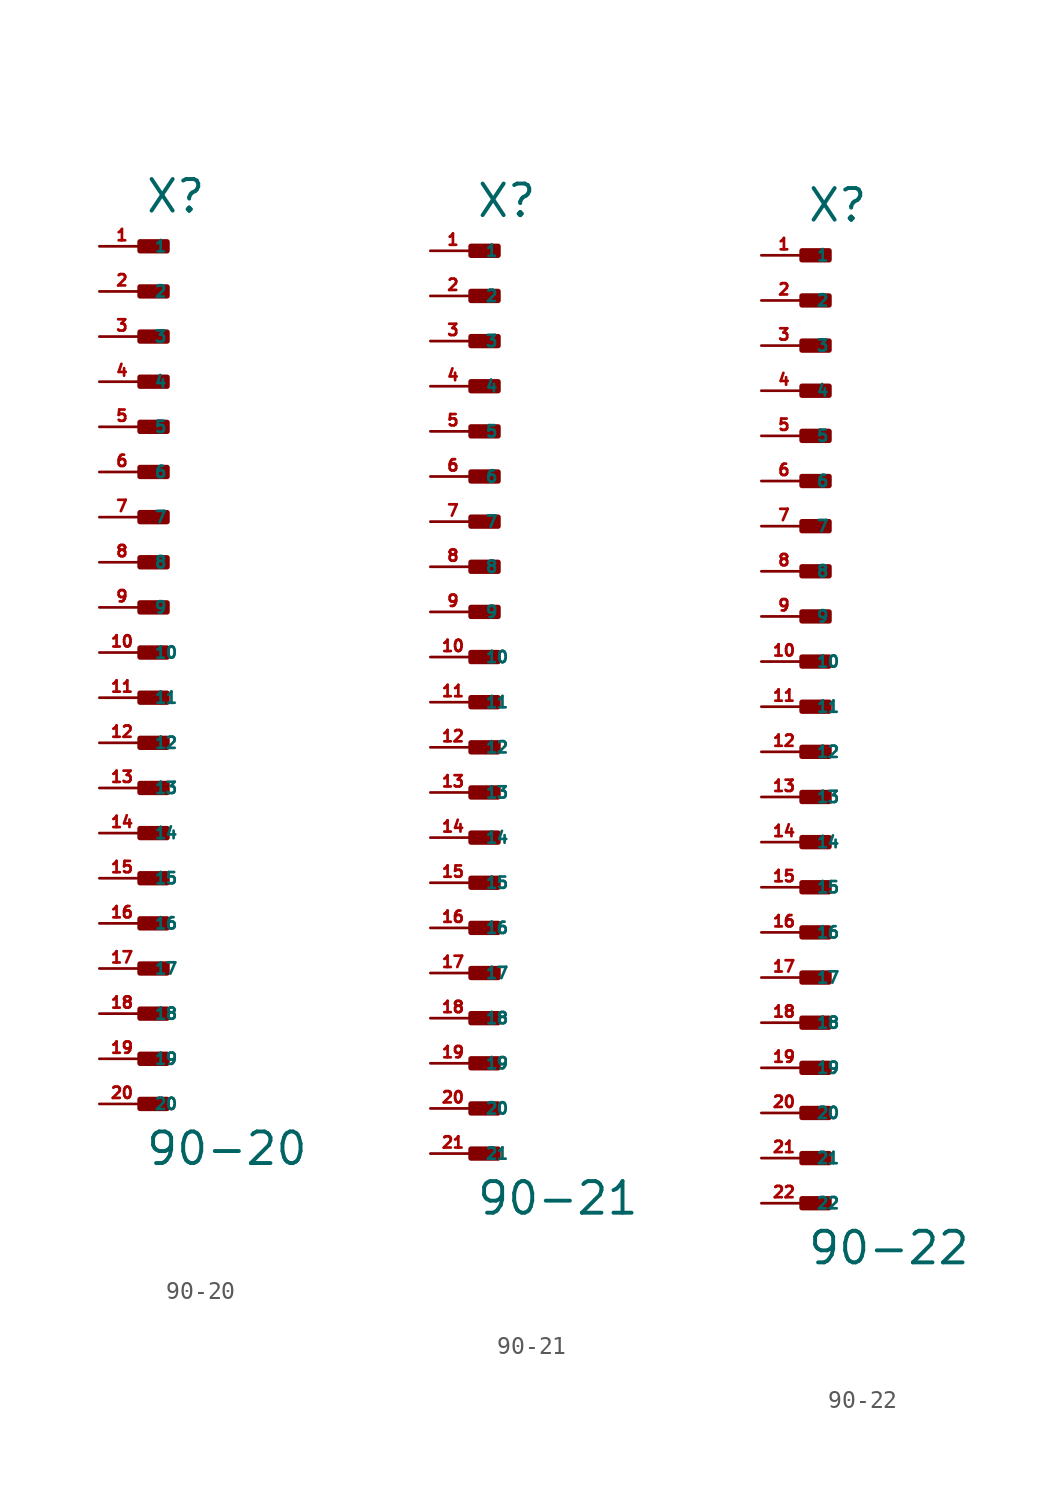
<source format=kicad_sym>
(kicad_symbol_lib
  (version 20220914)
  (generator Eagle2Kicad)
  (symbol "90-20"
    (property "Reference" "X"
      (at 0 24.638 0)
      (effects (font (size 1.778 1.778) (thickness 0.22)) (justify left bottom)))
    (property "Value" "90-20"
      (at 0 -28.956 0)
      (effects (font (size 1.778 1.778) (thickness 0.22)) (justify left bottom)))
    (rectangle
      (start -0.254 22.606)
      (end 1.27 23.114)
      (stroke (width 0.3) (type default))
      (fill (type outline)))
    (rectangle
      (start -0.254 20.066)
      (end 1.27 20.574)
      (stroke (width 0.3) (type default))
      (fill (type outline)))
    (rectangle
      (start -0.254 17.526)
      (end 1.27 18.034)
      (stroke (width 0.3) (type default))
      (fill (type outline)))
    (rectangle
      (start -0.254 14.986)
      (end 1.27 15.494)
      (stroke (width 0.3) (type default))
      (fill (type outline)))
    (rectangle
      (start -0.254 12.446)
      (end 1.27 12.954)
      (stroke (width 0.3) (type default))
      (fill (type outline)))
    (rectangle
      (start -0.254 9.906)
      (end 1.27 10.414)
      (stroke (width 0.3) (type default))
      (fill (type outline)))
    (rectangle
      (start -0.254 7.366)
      (end 1.27 7.874)
      (stroke (width 0.3) (type default))
      (fill (type outline)))
    (rectangle
      (start -0.254 4.826)
      (end 1.27 5.334)
      (stroke (width 0.3) (type default))
      (fill (type outline)))
    (rectangle
      (start -0.254 2.286)
      (end 1.27 2.794)
      (stroke (width 0.3) (type default))
      (fill (type outline)))
    (rectangle
      (start -0.254 -0.254)
      (end 1.27 0.254)
      (stroke (width 0.3) (type default))
      (fill (type outline)))
    (rectangle
      (start -0.254 -2.794)
      (end 1.27 -2.286)
      (stroke (width 0.3) (type default))
      (fill (type outline)))
    (rectangle
      (start -0.254 -5.334)
      (end 1.27 -4.826)
      (stroke (width 0.3) (type default))
      (fill (type outline)))
    (rectangle
      (start -0.254 -7.874)
      (end 1.27 -7.366)
      (stroke (width 0.3) (type default))
      (fill (type outline)))
    (rectangle
      (start -0.254 -10.414)
      (end 1.27 -9.906)
      (stroke (width 0.3) (type default))
      (fill (type outline)))
    (rectangle
      (start -0.254 -12.954)
      (end 1.27 -12.446)
      (stroke (width 0.3) (type default))
      (fill (type outline)))
    (rectangle
      (start -0.254 -15.494)
      (end 1.27 -14.986)
      (stroke (width 0.3) (type default))
      (fill (type outline)))
    (rectangle
      (start -0.254 -18.034)
      (end 1.27 -17.526)
      (stroke (width 0.3) (type default))
      (fill (type outline)))
    (rectangle
      (start -0.254 -20.574)
      (end 1.27 -20.066)
      (stroke (width 0.3) (type default))
      (fill (type outline)))
    (rectangle
      (start -0.254 -23.114)
      (end 1.27 -22.606)
      (stroke (width 0.3) (type default))
      (fill (type outline)))
    (rectangle
      (start -0.254 -25.654)
      (end 1.27 -25.146)
      (stroke (width 0.3) (type default))
      (fill (type outline)))
    (pin passive line
      (at -2.54 22.86 0)
      (length 2.54)
      (name "1" (effects (font (size 0.635 0.635) (thickness 0.08)) (justify left bottom)))
      (number "1" (effects (font (size 0.635 0.635) (thickness 0.08)) (justify left bottom))))
    (pin passive line
      (at -2.54 20.32 0)
      (length 2.54)
      (name "2" (effects (font (size 0.635 0.635) (thickness 0.08)) (justify left bottom)))
      (number "2" (effects (font (size 0.635 0.635) (thickness 0.08)) (justify left bottom))))
    (pin passive line
      (at -2.54 17.78 0)
      (length 2.54)
      (name "3" (effects (font (size 0.635 0.635) (thickness 0.08)) (justify left bottom)))
      (number "3" (effects (font (size 0.635 0.635) (thickness 0.08)) (justify left bottom))))
    (pin passive line
      (at -2.54 15.24 0)
      (length 2.54)
      (name "4" (effects (font (size 0.635 0.635) (thickness 0.08)) (justify left bottom)))
      (number "4" (effects (font (size 0.635 0.635) (thickness 0.08)) (justify left bottom))))
    (pin passive line
      (at -2.54 12.7 0)
      (length 2.54)
      (name "5" (effects (font (size 0.635 0.635) (thickness 0.08)) (justify left bottom)))
      (number "5" (effects (font (size 0.635 0.635) (thickness 0.08)) (justify left bottom))))
    (pin passive line
      (at -2.54 10.16 0)
      (length 2.54)
      (name "6" (effects (font (size 0.635 0.635) (thickness 0.08)) (justify left bottom)))
      (number "6" (effects (font (size 0.635 0.635) (thickness 0.08)) (justify left bottom))))
    (pin passive line
      (at -2.54 7.62 0)
      (length 2.54)
      (name "7" (effects (font (size 0.635 0.635) (thickness 0.08)) (justify left bottom)))
      (number "7" (effects (font (size 0.635 0.635) (thickness 0.08)) (justify left bottom))))
    (pin passive line
      (at -2.54 5.08 0)
      (length 2.54)
      (name "8" (effects (font (size 0.635 0.635) (thickness 0.08)) (justify left bottom)))
      (number "8" (effects (font (size 0.635 0.635) (thickness 0.08)) (justify left bottom))))
    (pin passive line
      (at -2.54 2.54 0)
      (length 2.54)
      (name "9" (effects (font (size 0.635 0.635) (thickness 0.08)) (justify left bottom)))
      (number "9" (effects (font (size 0.635 0.635) (thickness 0.08)) (justify left bottom))))
    (pin passive line
      (at -2.54 0 0)
      (length 2.54)
      (name "10" (effects (font (size 0.635 0.635) (thickness 0.08)) (justify left bottom)))
      (number "10" (effects (font (size 0.635 0.635) (thickness 0.08)) (justify left bottom))))
    (pin passive line
      (at -2.54 -2.54 0)
      (length 2.54)
      (name "11" (effects (font (size 0.635 0.635) (thickness 0.08)) (justify left bottom)))
      (number "11" (effects (font (size 0.635 0.635) (thickness 0.08)) (justify left bottom))))
    (pin passive line
      (at -2.54 -5.08 0)
      (length 2.54)
      (name "12" (effects (font (size 0.635 0.635) (thickness 0.08)) (justify left bottom)))
      (number "12" (effects (font (size 0.635 0.635) (thickness 0.08)) (justify left bottom))))
    (pin passive line
      (at -2.54 -7.62 0)
      (length 2.54)
      (name "13" (effects (font (size 0.635 0.635) (thickness 0.08)) (justify left bottom)))
      (number "13" (effects (font (size 0.635 0.635) (thickness 0.08)) (justify left bottom))))
    (pin passive line
      (at -2.54 -10.16 0)
      (length 2.54)
      (name "14" (effects (font (size 0.635 0.635) (thickness 0.08)) (justify left bottom)))
      (number "14" (effects (font (size 0.635 0.635) (thickness 0.08)) (justify left bottom))))
    (pin passive line
      (at -2.54 -12.7 0)
      (length 2.54)
      (name "15" (effects (font (size 0.635 0.635) (thickness 0.08)) (justify left bottom)))
      (number "15" (effects (font (size 0.635 0.635) (thickness 0.08)) (justify left bottom))))
    (pin passive line
      (at -2.54 -15.24 0)
      (length 2.54)
      (name "16" (effects (font (size 0.635 0.635) (thickness 0.08)) (justify left bottom)))
      (number "16" (effects (font (size 0.635 0.635) (thickness 0.08)) (justify left bottom))))
    (pin passive line
      (at -2.54 -17.78 0)
      (length 2.54)
      (name "17" (effects (font (size 0.635 0.635) (thickness 0.08)) (justify left bottom)))
      (number "17" (effects (font (size 0.635 0.635) (thickness 0.08)) (justify left bottom))))
    (pin passive line
      (at -2.54 -20.32 0)
      (length 2.54)
      (name "18" (effects (font (size 0.635 0.635) (thickness 0.08)) (justify left bottom)))
      (number "18" (effects (font (size 0.635 0.635) (thickness 0.08)) (justify left bottom))))
    (pin passive line
      (at -2.54 -22.86 0)
      (length 2.54)
      (name "19" (effects (font (size 0.635 0.635) (thickness 0.08)) (justify left bottom)))
      (number "19" (effects (font (size 0.635 0.635) (thickness 0.08)) (justify left bottom))))
    (pin passive line
      (at -2.54 -25.4 0)
      (length 2.54)
      (name "20" (effects (font (size 0.635 0.635) (thickness 0.08)) (justify left bottom)))
      (number "20" (effects (font (size 0.635 0.635) (thickness 0.08)) (justify left bottom)))))
  (symbol "90-21"
    (property "Reference" "X"
      (at 0 27.178 0)
      (effects (font (size 1.778 1.778) (thickness 0.22)) (justify left bottom)))
    (property "Value" "90-21"
      (at 0 -28.956 0)
      (effects (font (size 1.778 1.778) (thickness 0.22)) (justify left bottom)))
    (rectangle
      (start -0.254 25.146)
      (end 1.27 25.654)
      (stroke (width 0.3) (type default))
      (fill (type outline)))
    (rectangle
      (start -0.254 22.606)
      (end 1.27 23.114)
      (stroke (width 0.3) (type default))
      (fill (type outline)))
    (rectangle
      (start -0.254 20.066)
      (end 1.27 20.574)
      (stroke (width 0.3) (type default))
      (fill (type outline)))
    (rectangle
      (start -0.254 17.526)
      (end 1.27 18.034)
      (stroke (width 0.3) (type default))
      (fill (type outline)))
    (rectangle
      (start -0.254 14.986)
      (end 1.27 15.494)
      (stroke (width 0.3) (type default))
      (fill (type outline)))
    (rectangle
      (start -0.254 12.446)
      (end 1.27 12.954)
      (stroke (width 0.3) (type default))
      (fill (type outline)))
    (rectangle
      (start -0.254 9.906)
      (end 1.27 10.414)
      (stroke (width 0.3) (type default))
      (fill (type outline)))
    (rectangle
      (start -0.254 7.366)
      (end 1.27 7.874)
      (stroke (width 0.3) (type default))
      (fill (type outline)))
    (rectangle
      (start -0.254 4.826)
      (end 1.27 5.334)
      (stroke (width 0.3) (type default))
      (fill (type outline)))
    (rectangle
      (start -0.254 2.286)
      (end 1.27 2.794)
      (stroke (width 0.3) (type default))
      (fill (type outline)))
    (rectangle
      (start -0.254 -0.254)
      (end 1.27 0.254)
      (stroke (width 0.3) (type default))
      (fill (type outline)))
    (rectangle
      (start -0.254 -2.794)
      (end 1.27 -2.286)
      (stroke (width 0.3) (type default))
      (fill (type outline)))
    (rectangle
      (start -0.254 -5.334)
      (end 1.27 -4.826)
      (stroke (width 0.3) (type default))
      (fill (type outline)))
    (rectangle
      (start -0.254 -7.874)
      (end 1.27 -7.366)
      (stroke (width 0.3) (type default))
      (fill (type outline)))
    (rectangle
      (start -0.254 -10.414)
      (end 1.27 -9.906)
      (stroke (width 0.3) (type default))
      (fill (type outline)))
    (rectangle
      (start -0.254 -12.954)
      (end 1.27 -12.446)
      (stroke (width 0.3) (type default))
      (fill (type outline)))
    (rectangle
      (start -0.254 -15.494)
      (end 1.27 -14.986)
      (stroke (width 0.3) (type default))
      (fill (type outline)))
    (rectangle
      (start -0.254 -18.034)
      (end 1.27 -17.526)
      (stroke (width 0.3) (type default))
      (fill (type outline)))
    (rectangle
      (start -0.254 -20.574)
      (end 1.27 -20.066)
      (stroke (width 0.3) (type default))
      (fill (type outline)))
    (rectangle
      (start -0.254 -23.114)
      (end 1.27 -22.606)
      (stroke (width 0.3) (type default))
      (fill (type outline)))
    (rectangle
      (start -0.254 -25.654)
      (end 1.27 -25.146)
      (stroke (width 0.3) (type default))
      (fill (type outline)))
    (pin passive line
      (at -2.54 25.4 0)
      (length 2.54)
      (name "1" (effects (font (size 0.635 0.635) (thickness 0.08)) (justify left bottom)))
      (number "1" (effects (font (size 0.635 0.635) (thickness 0.08)) (justify left bottom))))
    (pin passive line
      (at -2.54 22.86 0)
      (length 2.54)
      (name "2" (effects (font (size 0.635 0.635) (thickness 0.08)) (justify left bottom)))
      (number "2" (effects (font (size 0.635 0.635) (thickness 0.08)) (justify left bottom))))
    (pin passive line
      (at -2.54 20.32 0)
      (length 2.54)
      (name "3" (effects (font (size 0.635 0.635) (thickness 0.08)) (justify left bottom)))
      (number "3" (effects (font (size 0.635 0.635) (thickness 0.08)) (justify left bottom))))
    (pin passive line
      (at -2.54 17.78 0)
      (length 2.54)
      (name "4" (effects (font (size 0.635 0.635) (thickness 0.08)) (justify left bottom)))
      (number "4" (effects (font (size 0.635 0.635) (thickness 0.08)) (justify left bottom))))
    (pin passive line
      (at -2.54 15.24 0)
      (length 2.54)
      (name "5" (effects (font (size 0.635 0.635) (thickness 0.08)) (justify left bottom)))
      (number "5" (effects (font (size 0.635 0.635) (thickness 0.08)) (justify left bottom))))
    (pin passive line
      (at -2.54 12.7 0)
      (length 2.54)
      (name "6" (effects (font (size 0.635 0.635) (thickness 0.08)) (justify left bottom)))
      (number "6" (effects (font (size 0.635 0.635) (thickness 0.08)) (justify left bottom))))
    (pin passive line
      (at -2.54 10.16 0)
      (length 2.54)
      (name "7" (effects (font (size 0.635 0.635) (thickness 0.08)) (justify left bottom)))
      (number "7" (effects (font (size 0.635 0.635) (thickness 0.08)) (justify left bottom))))
    (pin passive line
      (at -2.54 7.62 0)
      (length 2.54)
      (name "8" (effects (font (size 0.635 0.635) (thickness 0.08)) (justify left bottom)))
      (number "8" (effects (font (size 0.635 0.635) (thickness 0.08)) (justify left bottom))))
    (pin passive line
      (at -2.54 5.08 0)
      (length 2.54)
      (name "9" (effects (font (size 0.635 0.635) (thickness 0.08)) (justify left bottom)))
      (number "9" (effects (font (size 0.635 0.635) (thickness 0.08)) (justify left bottom))))
    (pin passive line
      (at -2.54 2.54 0)
      (length 2.54)
      (name "10" (effects (font (size 0.635 0.635) (thickness 0.08)) (justify left bottom)))
      (number "10" (effects (font (size 0.635 0.635) (thickness 0.08)) (justify left bottom))))
    (pin passive line
      (at -2.54 0 0)
      (length 2.54)
      (name "11" (effects (font (size 0.635 0.635) (thickness 0.08)) (justify left bottom)))
      (number "11" (effects (font (size 0.635 0.635) (thickness 0.08)) (justify left bottom))))
    (pin passive line
      (at -2.54 -2.54 0)
      (length 2.54)
      (name "12" (effects (font (size 0.635 0.635) (thickness 0.08)) (justify left bottom)))
      (number "12" (effects (font (size 0.635 0.635) (thickness 0.08)) (justify left bottom))))
    (pin passive line
      (at -2.54 -5.08 0)
      (length 2.54)
      (name "13" (effects (font (size 0.635 0.635) (thickness 0.08)) (justify left bottom)))
      (number "13" (effects (font (size 0.635 0.635) (thickness 0.08)) (justify left bottom))))
    (pin passive line
      (at -2.54 -7.62 0)
      (length 2.54)
      (name "14" (effects (font (size 0.635 0.635) (thickness 0.08)) (justify left bottom)))
      (number "14" (effects (font (size 0.635 0.635) (thickness 0.08)) (justify left bottom))))
    (pin passive line
      (at -2.54 -10.16 0)
      (length 2.54)
      (name "15" (effects (font (size 0.635 0.635) (thickness 0.08)) (justify left bottom)))
      (number "15" (effects (font (size 0.635 0.635) (thickness 0.08)) (justify left bottom))))
    (pin passive line
      (at -2.54 -12.7 0)
      (length 2.54)
      (name "16" (effects (font (size 0.635 0.635) (thickness 0.08)) (justify left bottom)))
      (number "16" (effects (font (size 0.635 0.635) (thickness 0.08)) (justify left bottom))))
    (pin passive line
      (at -2.54 -15.24 0)
      (length 2.54)
      (name "17" (effects (font (size 0.635 0.635) (thickness 0.08)) (justify left bottom)))
      (number "17" (effects (font (size 0.635 0.635) (thickness 0.08)) (justify left bottom))))
    (pin passive line
      (at -2.54 -17.78 0)
      (length 2.54)
      (name "18" (effects (font (size 0.635 0.635) (thickness 0.08)) (justify left bottom)))
      (number "18" (effects (font (size 0.635 0.635) (thickness 0.08)) (justify left bottom))))
    (pin passive line
      (at -2.54 -20.32 0)
      (length 2.54)
      (name "19" (effects (font (size 0.635 0.635) (thickness 0.08)) (justify left bottom)))
      (number "19" (effects (font (size 0.635 0.635) (thickness 0.08)) (justify left bottom))))
    (pin passive line
      (at -2.54 -22.86 0)
      (length 2.54)
      (name "20" (effects (font (size 0.635 0.635) (thickness 0.08)) (justify left bottom)))
      (number "20" (effects (font (size 0.635 0.635) (thickness 0.08)) (justify left bottom))))
    (pin passive line
      (at -2.54 -25.4 0)
      (length 2.54)
      (name "21" (effects (font (size 0.635 0.635) (thickness 0.08)) (justify left bottom)))
      (number "21" (effects (font (size 0.635 0.635) (thickness 0.08)) (justify left bottom)))))
  (symbol "90-22"
    (property "Reference" "X"
      (at 0 27.178 0)
      (effects (font (size 1.778 1.778) (thickness 0.22)) (justify left bottom)))
    (property "Value" "90-22"
      (at 0 -31.496 0)
      (effects (font (size 1.778 1.778) (thickness 0.22)) (justify left bottom)))
    (rectangle
      (start -0.254 25.146)
      (end 1.27 25.654)
      (stroke (width 0.3) (type default))
      (fill (type outline)))
    (rectangle
      (start -0.254 22.606)
      (end 1.27 23.114)
      (stroke (width 0.3) (type default))
      (fill (type outline)))
    (rectangle
      (start -0.254 20.066)
      (end 1.27 20.574)
      (stroke (width 0.3) (type default))
      (fill (type outline)))
    (rectangle
      (start -0.254 17.526)
      (end 1.27 18.034)
      (stroke (width 0.3) (type default))
      (fill (type outline)))
    (rectangle
      (start -0.254 14.986)
      (end 1.27 15.494)
      (stroke (width 0.3) (type default))
      (fill (type outline)))
    (rectangle
      (start -0.254 12.446)
      (end 1.27 12.954)
      (stroke (width 0.3) (type default))
      (fill (type outline)))
    (rectangle
      (start -0.254 9.906)
      (end 1.27 10.414)
      (stroke (width 0.3) (type default))
      (fill (type outline)))
    (rectangle
      (start -0.254 7.366)
      (end 1.27 7.874)
      (stroke (width 0.3) (type default))
      (fill (type outline)))
    (rectangle
      (start -0.254 4.826)
      (end 1.27 5.334)
      (stroke (width 0.3) (type default))
      (fill (type outline)))
    (rectangle
      (start -0.254 2.286)
      (end 1.27 2.794)
      (stroke (width 0.3) (type default))
      (fill (type outline)))
    (rectangle
      (start -0.254 -0.254)
      (end 1.27 0.254)
      (stroke (width 0.3) (type default))
      (fill (type outline)))
    (rectangle
      (start -0.254 -2.794)
      (end 1.27 -2.286)
      (stroke (width 0.3) (type default))
      (fill (type outline)))
    (rectangle
      (start -0.254 -5.334)
      (end 1.27 -4.826)
      (stroke (width 0.3) (type default))
      (fill (type outline)))
    (rectangle
      (start -0.254 -7.874)
      (end 1.27 -7.366)
      (stroke (width 0.3) (type default))
      (fill (type outline)))
    (rectangle
      (start -0.254 -10.414)
      (end 1.27 -9.906)
      (stroke (width 0.3) (type default))
      (fill (type outline)))
    (rectangle
      (start -0.254 -12.954)
      (end 1.27 -12.446)
      (stroke (width 0.3) (type default))
      (fill (type outline)))
    (rectangle
      (start -0.254 -15.494)
      (end 1.27 -14.986)
      (stroke (width 0.3) (type default))
      (fill (type outline)))
    (rectangle
      (start -0.254 -18.034)
      (end 1.27 -17.526)
      (stroke (width 0.3) (type default))
      (fill (type outline)))
    (rectangle
      (start -0.254 -20.574)
      (end 1.27 -20.066)
      (stroke (width 0.3) (type default))
      (fill (type outline)))
    (rectangle
      (start -0.254 -23.114)
      (end 1.27 -22.606)
      (stroke (width 0.3) (type default))
      (fill (type outline)))
    (rectangle
      (start -0.254 -25.654)
      (end 1.27 -25.146)
      (stroke (width 0.3) (type default))
      (fill (type outline)))
    (rectangle
      (start -0.254 -28.194)
      (end 1.27 -27.686)
      (stroke (width 0.3) (type default))
      (fill (type outline)))
    (pin passive line
      (at -2.54 25.4 0)
      (length 2.54)
      (name "1" (effects (font (size 0.635 0.635) (thickness 0.08)) (justify left bottom)))
      (number "1" (effects (font (size 0.635 0.635) (thickness 0.08)) (justify left bottom))))
    (pin passive line
      (at -2.54 22.86 0)
      (length 2.54)
      (name "2" (effects (font (size 0.635 0.635) (thickness 0.08)) (justify left bottom)))
      (number "2" (effects (font (size 0.635 0.635) (thickness 0.08)) (justify left bottom))))
    (pin passive line
      (at -2.54 20.32 0)
      (length 2.54)
      (name "3" (effects (font (size 0.635 0.635) (thickness 0.08)) (justify left bottom)))
      (number "3" (effects (font (size 0.635 0.635) (thickness 0.08)) (justify left bottom))))
    (pin passive line
      (at -2.54 17.78 0)
      (length 2.54)
      (name "4" (effects (font (size 0.635 0.635) (thickness 0.08)) (justify left bottom)))
      (number "4" (effects (font (size 0.635 0.635) (thickness 0.08)) (justify left bottom))))
    (pin passive line
      (at -2.54 15.24 0)
      (length 2.54)
      (name "5" (effects (font (size 0.635 0.635) (thickness 0.08)) (justify left bottom)))
      (number "5" (effects (font (size 0.635 0.635) (thickness 0.08)) (justify left bottom))))
    (pin passive line
      (at -2.54 12.7 0)
      (length 2.54)
      (name "6" (effects (font (size 0.635 0.635) (thickness 0.08)) (justify left bottom)))
      (number "6" (effects (font (size 0.635 0.635) (thickness 0.08)) (justify left bottom))))
    (pin passive line
      (at -2.54 10.16 0)
      (length 2.54)
      (name "7" (effects (font (size 0.635 0.635) (thickness 0.08)) (justify left bottom)))
      (number "7" (effects (font (size 0.635 0.635) (thickness 0.08)) (justify left bottom))))
    (pin passive line
      (at -2.54 7.62 0)
      (length 2.54)
      (name "8" (effects (font (size 0.635 0.635) (thickness 0.08)) (justify left bottom)))
      (number "8" (effects (font (size 0.635 0.635) (thickness 0.08)) (justify left bottom))))
    (pin passive line
      (at -2.54 5.08 0)
      (length 2.54)
      (name "9" (effects (font (size 0.635 0.635) (thickness 0.08)) (justify left bottom)))
      (number "9" (effects (font (size 0.635 0.635) (thickness 0.08)) (justify left bottom))))
    (pin passive line
      (at -2.54 2.54 0)
      (length 2.54)
      (name "10" (effects (font (size 0.635 0.635) (thickness 0.08)) (justify left bottom)))
      (number "10" (effects (font (size 0.635 0.635) (thickness 0.08)) (justify left bottom))))
    (pin passive line
      (at -2.54 0 0)
      (length 2.54)
      (name "11" (effects (font (size 0.635 0.635) (thickness 0.08)) (justify left bottom)))
      (number "11" (effects (font (size 0.635 0.635) (thickness 0.08)) (justify left bottom))))
    (pin passive line
      (at -2.54 -2.54 0)
      (length 2.54)
      (name "12" (effects (font (size 0.635 0.635) (thickness 0.08)) (justify left bottom)))
      (number "12" (effects (font (size 0.635 0.635) (thickness 0.08)) (justify left bottom))))
    (pin passive line
      (at -2.54 -5.08 0)
      (length 2.54)
      (name "13" (effects (font (size 0.635 0.635) (thickness 0.08)) (justify left bottom)))
      (number "13" (effects (font (size 0.635 0.635) (thickness 0.08)) (justify left bottom))))
    (pin passive line
      (at -2.54 -7.62 0)
      (length 2.54)
      (name "14" (effects (font (size 0.635 0.635) (thickness 0.08)) (justify left bottom)))
      (number "14" (effects (font (size 0.635 0.635) (thickness 0.08)) (justify left bottom))))
    (pin passive line
      (at -2.54 -10.16 0)
      (length 2.54)
      (name "15" (effects (font (size 0.635 0.635) (thickness 0.08)) (justify left bottom)))
      (number "15" (effects (font (size 0.635 0.635) (thickness 0.08)) (justify left bottom))))
    (pin passive line
      (at -2.54 -12.7 0)
      (length 2.54)
      (name "16" (effects (font (size 0.635 0.635) (thickness 0.08)) (justify left bottom)))
      (number "16" (effects (font (size 0.635 0.635) (thickness 0.08)) (justify left bottom))))
    (pin passive line
      (at -2.54 -15.24 0)
      (length 2.54)
      (name "17" (effects (font (size 0.635 0.635) (thickness 0.08)) (justify left bottom)))
      (number "17" (effects (font (size 0.635 0.635) (thickness 0.08)) (justify left bottom))))
    (pin passive line
      (at -2.54 -17.78 0)
      (length 2.54)
      (name "18" (effects (font (size 0.635 0.635) (thickness 0.08)) (justify left bottom)))
      (number "18" (effects (font (size 0.635 0.635) (thickness 0.08)) (justify left bottom))))
    (pin passive line
      (at -2.54 -20.32 0)
      (length 2.54)
      (name "19" (effects (font (size 0.635 0.635) (thickness 0.08)) (justify left bottom)))
      (number "19" (effects (font (size 0.635 0.635) (thickness 0.08)) (justify left bottom))))
    (pin passive line
      (at -2.54 -22.86 0)
      (length 2.54)
      (name "20" (effects (font (size 0.635 0.635) (thickness 0.08)) (justify left bottom)))
      (number "20" (effects (font (size 0.635 0.635) (thickness 0.08)) (justify left bottom))))
    (pin passive line
      (at -2.54 -25.4 0)
      (length 2.54)
      (name "21" (effects (font (size 0.635 0.635) (thickness 0.08)) (justify left bottom)))
      (number "21" (effects (font (size 0.635 0.635) (thickness 0.08)) (justify left bottom))))
    (pin passive line
      (at -2.54 -27.94 0)
      (length 2.54)
      (name "22" (effects (font (size 0.635 0.635) (thickness 0.08)) (justify left bottom)))
      (number "22" (effects (font (size 0.635 0.635) (thickness 0.08)) (justify left bottom))))))
</source>
